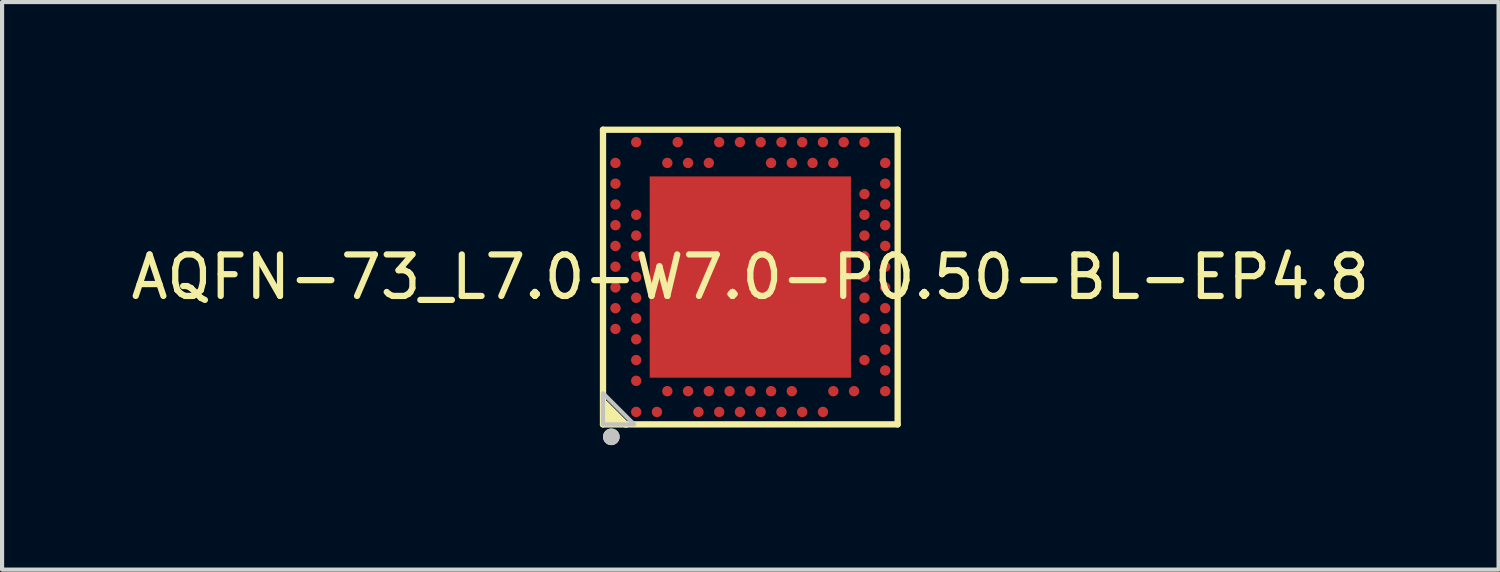
<source format=kicad_pcb>
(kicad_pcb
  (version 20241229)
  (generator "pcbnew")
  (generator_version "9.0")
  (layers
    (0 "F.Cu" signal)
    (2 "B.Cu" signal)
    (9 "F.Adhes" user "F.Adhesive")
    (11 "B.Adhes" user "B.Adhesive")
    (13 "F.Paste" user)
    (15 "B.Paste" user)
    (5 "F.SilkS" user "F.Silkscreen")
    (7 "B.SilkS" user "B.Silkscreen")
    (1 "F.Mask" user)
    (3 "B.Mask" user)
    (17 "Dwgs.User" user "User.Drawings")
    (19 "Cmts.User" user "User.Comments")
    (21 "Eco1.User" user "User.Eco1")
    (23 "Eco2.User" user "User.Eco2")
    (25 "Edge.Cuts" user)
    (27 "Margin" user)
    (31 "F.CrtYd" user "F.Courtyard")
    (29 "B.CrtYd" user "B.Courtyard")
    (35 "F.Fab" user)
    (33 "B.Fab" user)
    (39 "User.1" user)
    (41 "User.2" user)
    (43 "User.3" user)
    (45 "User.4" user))
  (footprint "AQFN-73_L7.0-W7.0-P0.50-BL-EP4.8"
    (layer "F.Cu")
    (at 15.03 3.626)
    (property "Reference" "AQFN-73_L7.0-W7.0-P0.50-BL-EP4.8" (at 0 0 0) (layer "F.SilkS") (effects (font (size 1 1) (thickness 0.15))))
    (fp_line (start -3.55 -3.55) (end -3.55 3.55) (stroke (width 0.152) (type default)) (layer "F.SilkS"))
    (fp_line (start -3.55 3.55) (end 3.55 3.55) (stroke (width 0.152) (type default)) (layer "F.SilkS"))
    (fp_line (start -3.5 3.05) (end -3 3.55) (stroke (width 0.152) (type default)) (layer "F.SilkS"))
    (fp_line (start -3 3.55) (end -2.991 3.55) (stroke (width 0.152) (type default)) (layer "F.SilkS"))
    (fp_line (start 3.55 -3.55) (end -3.55 -3.55) (stroke (width 0.152) (type default)) (layer "F.SilkS"))
    (fp_line (start 3.55 3.55) (end 3.55 -3.55) (stroke (width 0.152) (type default)) (layer "F.SilkS"))
    (fp_circle (center -3.35 3.85) (end -3.25 3.85) (stroke (width 0.2) (type default)) (fill no) (layer "F.SilkS"))
    (fp_poly (pts (xy -3.55 3.55) (xy -3.55 3) (xy -3 3.55)) (stroke (width 0) (type default)) (fill yes) (layer "F.SilkS"))
    (fp_poly (pts (xy -1.94 -1.94) (xy 1.94 -1.94) (xy 1.94 1.94) (xy -1.94 1.94)) (stroke (width 0) (type default)) (fill yes) (layer "F.Paste"))
    (fp_poly (pts (xy -3.375 -2.825) (xy -3.375 -2.675) (xy -3.325 -2.625) (xy -3.175 -2.625) (xy -3.125 -2.675) (xy -3.125 -2.825) (xy -3.175 -2.875) (xy -3.325 -2.875)) (stroke (width 0) (type default)) (fill yes) (layer "F.Paste"))
    (fp_poly (pts (xy -3.375 -2.325) (xy -3.375 -2.175) (xy -3.325 -2.125) (xy -3.175 -2.125) (xy -3.125 -2.175) (xy -3.125 -2.325) (xy -3.175 -2.375) (xy -3.325 -2.375)) (stroke (width 0) (type default)) (fill yes) (layer "F.Paste"))
    (fp_poly (pts (xy -3.375 -1.825) (xy -3.375 -1.675) (xy -3.325 -1.625) (xy -3.175 -1.625) (xy -3.125 -1.675) (xy -3.125 -1.825) (xy -3.175 -1.875) (xy -3.325 -1.875)) (stroke (width 0) (type default)) (fill yes) (layer "F.Paste"))
    (fp_poly (pts (xy -3.375 -1.325) (xy -3.375 -1.175) (xy -3.325 -1.125) (xy -3.175 -1.125) (xy -3.125 -1.175) (xy -3.125 -1.325) (xy -3.175 -1.375) (xy -3.325 -1.375)) (stroke (width 0) (type default)) (fill yes) (layer "F.Paste"))
    (fp_poly (pts (xy -3.375 -0.825) (xy -3.375 -0.675) (xy -3.325 -0.625) (xy -3.175 -0.625) (xy -3.125 -0.675) (xy -3.125 -0.825) (xy -3.175 -0.875) (xy -3.325 -0.875)) (stroke (width 0) (type default)) (fill yes) (layer "F.Paste"))
    (fp_poly (pts (xy -3.375 -0.325) (xy -3.375 -0.175) (xy -3.325 -0.125) (xy -3.175 -0.125) (xy -3.125 -0.175) (xy -3.125 -0.325) (xy -3.175 -0.375) (xy -3.325 -0.375)) (stroke (width 0) (type default)) (fill yes) (layer "F.Paste"))
    (fp_poly (pts (xy -3.375 0.175) (xy -3.375 0.325) (xy -3.325 0.375) (xy -3.175 0.375) (xy -3.125 0.325) (xy -3.125 0.175) (xy -3.175 0.125) (xy -3.325 0.125)) (stroke (width 0) (type default)) (fill yes) (layer "F.Paste"))
    (fp_poly (pts (xy -3.375 0.675) (xy -3.375 0.825) (xy -3.325 0.875) (xy -3.175 0.875) (xy -3.125 0.825) (xy -3.125 0.675) (xy -3.175 0.625) (xy -3.325 0.625)) (stroke (width 0) (type default)) (fill yes) (layer "F.Paste"))
    (fp_poly (pts (xy -3.375 1.175) (xy -3.375 1.325) (xy -3.325 1.375) (xy -3.175 1.375) (xy -3.125 1.325) (xy -3.125 1.175) (xy -3.175 1.125) (xy -3.325 1.125)) (stroke (width 0) (type default)) (fill yes) (layer "F.Paste"))
    (fp_poly (pts (xy -2.875 -1.575) (xy -2.875 -1.425) (xy -2.825 -1.375) (xy -2.675 -1.375) (xy -2.625 -1.425) (xy -2.625 -1.575) (xy -2.675 -1.625) (xy -2.825 -1.625)) (stroke (width 0) (type default)) (fill yes) (layer "F.Paste"))
    (fp_poly (pts (xy -2.875 -1.075) (xy -2.875 -0.925) (xy -2.825 -0.875) (xy -2.675 -0.875) (xy -2.625 -0.925) (xy -2.625 -1.075) (xy -2.675 -1.125) (xy -2.825 -1.125)) (stroke (width 0) (type default)) (fill yes) (layer "F.Paste"))
    (fp_poly (pts (xy -2.875 -0.575) (xy -2.875 -0.425) (xy -2.825 -0.375) (xy -2.675 -0.375) (xy -2.625 -0.425) (xy -2.625 -0.575) (xy -2.675 -0.625) (xy -2.825 -0.625)) (stroke (width 0) (type default)) (fill yes) (layer "F.Paste"))
    (fp_poly (pts (xy -2.875 -0.075) (xy -2.875 0.075) (xy -2.825 0.125) (xy -2.675 0.125) (xy -2.625 0.075) (xy -2.625 -0.075) (xy -2.675 -0.125) (xy -2.825 -0.125)) (stroke (width 0) (type default)) (fill yes) (layer "F.Paste"))
    (fp_poly (pts (xy -2.875 0.425) (xy -2.875 0.575) (xy -2.825 0.625) (xy -2.675 0.625) (xy -2.625 0.575) (xy -2.625 0.425) (xy -2.675 0.375) (xy -2.825 0.375)) (stroke (width 0) (type default)) (fill yes) (layer "F.Paste"))
    (fp_poly (pts (xy -2.875 0.925) (xy -2.875 1.075) (xy -2.825 1.125) (xy -2.675 1.125) (xy -2.625 1.075) (xy -2.625 0.925) (xy -2.675 0.875) (xy -2.825 0.875)) (stroke (width 0) (type default)) (fill yes) (layer "F.Paste"))
    (fp_poly (pts (xy -2.874 1.425) (xy -2.874 1.575) (xy -2.825 1.625) (xy -2.675 1.625) (xy -2.625 1.575) (xy -2.625 1.425) (xy -2.675 1.375) (xy -2.825 1.375)) (stroke (width 0) (type default)) (fill yes) (layer "F.Paste"))
    (fp_poly (pts (xy -2.874 1.925) (xy -2.874 2.075) (xy -2.825 2.125) (xy -2.675 2.125) (xy -2.625 2.075) (xy -2.625 1.925) (xy -2.675 1.875) (xy -2.825 1.875)) (stroke (width 0) (type default)) (fill yes) (layer "F.Paste"))
    (fp_poly (pts (xy -2.874 2.425) (xy -2.874 2.575) (xy -2.825 2.625) (xy -2.675 2.625) (xy -2.625 2.575) (xy -2.625 2.425) (xy -2.675 2.375) (xy -2.825 2.375)) (stroke (width 0) (type default)) (fill yes) (layer "F.Paste"))
    (fp_poly (pts (xy -2.825 -3.125) (xy -2.675 -3.125) (xy -2.625 -3.175) (xy -2.625 -3.325) (xy -2.675 -3.375) (xy -2.825 -3.375) (xy -2.874 -3.325) (xy -2.874 -3.175)) (stroke (width 0) (type default)) (fill yes) (layer "F.Paste"))
    (fp_poly (pts (xy -2.825 3.374) (xy -2.675 3.375) (xy -2.625 3.325) (xy -2.625 3.175) (xy -2.675 3.124) (xy -2.825 3.124) (xy -2.874 3.175) (xy -2.874 3.325)) (stroke (width 0) (type default)) (fill yes) (layer "F.Paste"))
    (fp_poly (pts (xy -2.325 3.375) (xy -2.175 3.375) (xy -2.125 3.325) (xy -2.125 3.175) (xy -2.175 3.124) (xy -2.325 3.124) (xy -2.374 3.175) (xy -2.374 3.325)) (stroke (width 0) (type default)) (fill yes) (layer "F.Paste"))
    (fp_poly (pts (xy -2.075 -2.625) (xy -1.925 -2.625) (xy -1.875 -2.675) (xy -1.875 -2.825) (xy -1.925 -2.876) (xy -2.075 -2.876) (xy -2.124 -2.825) (xy -2.124 -2.675)) (stroke (width 0) (type default)) (fill yes) (layer "F.Paste"))
    (fp_poly (pts (xy -2.075 2.875) (xy -1.925 2.875) (xy -1.875 2.825) (xy -1.875 2.675) (xy -1.925 2.625) (xy -2.075 2.625) (xy -2.125 2.675) (xy -2.125 2.825)) (stroke (width 0) (type default)) (fill yes) (layer "F.Paste"))
    (fp_poly (pts (xy -1.825 -3.125) (xy -1.675 -3.125) (xy -1.625 -3.175) (xy -1.625 -3.325) (xy -1.675 -3.375) (xy -1.825 -3.375) (xy -1.875 -3.325) (xy -1.875 -3.175)) (stroke (width 0) (type default)) (fill yes) (layer "F.Paste"))
    (fp_poly (pts (xy -1.575 2.875) (xy -1.425 2.875) (xy -1.375 2.825) (xy -1.375 2.675) (xy -1.425 2.625) (xy -1.575 2.625) (xy -1.625 2.675) (xy -1.625 2.825)) (stroke (width 0) (type default)) (fill yes) (layer "F.Paste"))
    (fp_poly (pts (xy -1.575 -2.625) (xy -1.425 -2.625) (xy -1.375 -2.675) (xy -1.375 -2.825) (xy -1.425 -2.875) (xy -1.575 -2.875) (xy -1.625 -2.825) (xy -1.625 -2.675)) (stroke (width 0) (type default)) (fill yes) (layer "F.Paste"))
    (fp_poly (pts (xy -1.325 3.374) (xy -1.175 3.375) (xy -1.125 3.325) (xy -1.125 3.175) (xy -1.175 3.124) (xy -1.325 3.124) (xy -1.375 3.175) (xy -1.375 3.325)) (stroke (width 0) (type default)) (fill yes) (layer "F.Paste"))
    (fp_poly (pts (xy -1.075 -2.625) (xy -0.925 -2.625) (xy -0.875 -2.675) (xy -0.875 -2.825) (xy -0.925 -2.876) (xy -1.075 -2.876) (xy -1.125 -2.825) (xy -1.125 -2.675)) (stroke (width 0) (type default)) (fill yes) (layer "F.Paste"))
    (fp_poly (pts (xy -1.075 2.875) (xy -0.925 2.875) (xy -0.875 2.825) (xy -0.875 2.675) (xy -0.925 2.625) (xy -1.075 2.625) (xy -1.125 2.675) (xy -1.125 2.825)) (stroke (width 0) (type default)) (fill yes) (layer "F.Paste"))
    (fp_poly (pts (xy -0.825 -3.126) (xy -0.675 -3.125) (xy -0.625 -3.175) (xy -0.625 -3.325) (xy -0.675 -3.376) (xy -0.825 -3.376) (xy -0.875 -3.325) (xy -0.875 -3.175)) (stroke (width 0) (type default)) (fill yes) (layer "F.Paste"))
    (fp_poly (pts (xy -0.825 3.375) (xy -0.674 3.375) (xy -0.625 3.325) (xy -0.625 3.175) (xy -0.674 3.124) (xy -0.825 3.124) (xy -0.875 3.175) (xy -0.875 3.325)) (stroke (width 0) (type default)) (fill yes) (layer "F.Paste"))
    (fp_poly (pts (xy -0.575 2.875) (xy -0.424 2.875) (xy -0.375 2.825) (xy -0.374 2.675) (xy -0.425 2.625) (xy -0.575 2.625) (xy -0.625 2.675) (xy -0.625 2.825)) (stroke (width 0) (type default)) (fill yes) (layer "F.Paste"))
    (fp_poly (pts (xy -0.325 -3.125) (xy -0.175 -3.125) (xy -0.125 -3.175) (xy -0.125 -3.325) (xy -0.175 -3.376) (xy -0.325 -3.376) (xy -0.375 -3.325) (xy -0.375 -3.175)) (stroke (width 0) (type default)) (fill yes) (layer "F.Paste"))
    (fp_poly (pts (xy -0.325 3.375) (xy -0.175 3.375) (xy -0.124 3.325) (xy -0.124 3.175) (xy -0.175 3.124) (xy -0.325 3.124) (xy -0.375 3.175) (xy -0.375 3.325)) (stroke (width 0) (type default)) (fill yes) (layer "F.Paste"))
    (fp_poly (pts (xy -0.074 2.875) (xy 0.075 2.875) (xy 0.126 2.825) (xy 0.126 2.675) (xy 0.075 2.625) (xy -0.074 2.625) (xy -0.124 2.675) (xy -0.124 2.825)) (stroke (width 0) (type default)) (fill yes) (layer "F.Paste"))
    (fp_poly (pts (xy 0.175 -3.125) (xy 0.325 -3.126) (xy 0.375 -3.175) (xy 0.375 -3.325) (xy 0.325 -3.376) (xy 0.175 -3.376) (xy 0.125 -3.325) (xy 0.125 -3.175)) (stroke (width 0) (type default)) (fill yes) (layer "F.Paste"))
    (fp_poly (pts (xy 0.175 3.374) (xy 0.325 3.374) (xy 0.375 3.325) (xy 0.375 3.175) (xy 0.325 3.124) (xy 0.175 3.124) (xy 0.125 3.175) (xy 0.125 3.325)) (stroke (width 0) (type default)) (fill yes) (layer "F.Paste"))
    (fp_poly (pts (xy 0.425 -2.626) (xy 0.575 -2.626) (xy 0.625 -2.675) (xy 0.625 -2.825) (xy 0.575 -2.876) (xy 0.425 -2.876) (xy 0.375 -2.825) (xy 0.375 -2.675)) (stroke (width 0) (type default)) (fill yes) (layer "F.Paste"))
    (fp_poly (pts (xy 0.425 2.875) (xy 0.575 2.875) (xy 0.625 2.825) (xy 0.625 2.675) (xy 0.575 2.625) (xy 0.425 2.625) (xy 0.375 2.675) (xy 0.375 2.825)) (stroke (width 0) (type default)) (fill yes) (layer "F.Paste"))
    (fp_poly (pts (xy 0.675 -3.125) (xy 0.825 -3.125) (xy 0.875 -3.175) (xy 0.875 -3.325) (xy 0.825 -3.375) (xy 0.675 -3.375) (xy 0.625 -3.325) (xy 0.625 -3.175)) (stroke (width 0) (type default)) (fill yes) (layer "F.Paste"))
    (fp_poly (pts (xy 0.675 3.374) (xy 0.825 3.374) (xy 0.875 3.325) (xy 0.875 3.175) (xy 0.825 3.124) (xy 0.675 3.124) (xy 0.625 3.175) (xy 0.625 3.325)) (stroke (width 0) (type default)) (fill yes) (layer "F.Paste"))
    (fp_poly (pts (xy 0.925 -2.626) (xy 1.075 -2.626) (xy 1.125 -2.675) (xy 1.125 -2.825) (xy 1.075 -2.876) (xy 0.925 -2.876) (xy 0.875 -2.825) (xy 0.875 -2.675)) (stroke (width 0) (type default)) (fill yes) (layer "F.Paste"))
    (fp_poly (pts (xy 0.925 2.875) (xy 1.075 2.875) (xy 1.125 2.825) (xy 1.125 2.675) (xy 1.075 2.625) (xy 0.925 2.625) (xy 0.875 2.675) (xy 0.875 2.825)) (stroke (width 0) (type default)) (fill yes) (layer "F.Paste"))
    (fp_poly (pts (xy 1.175 -3.125) (xy 1.325 -3.125) (xy 1.375 -3.175) (xy 1.375 -3.325) (xy 1.325 -3.375) (xy 1.175 -3.375) (xy 1.125 -3.325) (xy 1.125 -3.175)) (stroke (width 0) (type default)) (fill yes) (layer "F.Paste"))
    (fp_poly (pts (xy 1.175 3.374) (xy 1.325 3.374) (xy 1.375 3.325) (xy 1.375 3.175) (xy 1.325 3.124) (xy 1.175 3.124) (xy 1.125 3.175) (xy 1.125 3.325)) (stroke (width 0) (type default)) (fill yes) (layer "F.Paste"))
    (fp_poly (pts (xy 1.425 -2.626) (xy 1.575 -2.626) (xy 1.625 -2.675) (xy 1.625 -2.825) (xy 1.575 -2.876) (xy 1.425 -2.876) (xy 1.375 -2.825) (xy 1.375 -2.675)) (stroke (width 0) (type default)) (fill yes) (layer "F.Paste"))
    (fp_poly (pts (xy 1.675 -3.125) (xy 1.825 -3.125) (xy 1.875 -3.175) (xy 1.875 -3.325) (xy 1.825 -3.375) (xy 1.675 -3.375) (xy 1.625 -3.325) (xy 1.625 -3.175)) (stroke (width 0) (type default)) (fill yes) (layer "F.Paste"))
    (fp_poly (pts (xy 1.675 3.374) (xy 1.825 3.374) (xy 1.875 3.325) (xy 1.875 3.175) (xy 1.825 3.125) (xy 1.675 3.125) (xy 1.625 3.175) (xy 1.625 3.325)) (stroke (width 0) (type default)) (fill yes) (layer "F.Paste"))
    (fp_poly (pts (xy 1.925 -2.625) (xy 2.075 -2.625) (xy 2.125 -2.675) (xy 2.125 -2.825) (xy 2.075 -2.876) (xy 1.925 -2.876) (xy 1.875 -2.825) (xy 1.875 -2.675)) (stroke (width 0) (type default)) (fill yes) (layer "F.Paste"))
    (fp_poly (pts (xy 1.925 2.875) (xy 2.075 2.875) (xy 2.125 2.825) (xy 2.125 2.675) (xy 2.075 2.625) (xy 1.925 2.625) (xy 1.875 2.675) (xy 1.875 2.825)) (stroke (width 0) (type default)) (fill yes) (layer "F.Paste"))
    (fp_poly (pts (xy 2.175 -3.125) (xy 2.325 -3.125) (xy 2.375 -3.175) (xy 2.375 -3.325) (xy 2.325 -3.375) (xy 2.175 -3.375) (xy 2.125 -3.325) (xy 2.125 -3.175)) (stroke (width 0) (type default)) (fill yes) (layer "F.Paste"))
    (fp_poly (pts (xy 2.425 2.875) (xy 2.575 2.875) (xy 2.625 2.825) (xy 2.625 2.675) (xy 2.575 2.625) (xy 2.425 2.625) (xy 2.375 2.675) (xy 2.375 2.825)) (stroke (width 0) (type default)) (fill yes) (layer "F.Paste"))
    (fp_poly (pts (xy 2.626 -2.075) (xy 2.626 -1.925) (xy 2.675 -1.875) (xy 2.825 -1.875) (xy 2.876 -1.925) (xy 2.876 -2.075) (xy 2.825 -2.125) (xy 2.675 -2.125)) (stroke (width 0) (type default)) (fill yes) (layer "F.Paste"))
    (fp_poly (pts (xy 2.626 -1.575) (xy 2.626 -1.425) (xy 2.675 -1.375) (xy 2.825 -1.375) (xy 2.876 -1.425) (xy 2.876 -1.575) (xy 2.825 -1.625) (xy 2.675 -1.625)) (stroke (width 0) (type default)) (fill yes) (layer "F.Paste"))
    (fp_poly (pts (xy 2.626 -1.075) (xy 2.626 -0.925) (xy 2.675 -0.875) (xy 2.825 -0.875) (xy 2.876 -0.925) (xy 2.876 -1.075) (xy 2.825 -1.125) (xy 2.675 -1.125)) (stroke (width 0) (type default)) (fill yes) (layer "F.Paste"))
    (fp_poly (pts (xy 2.626 -0.575) (xy 2.626 -0.425) (xy 2.675 -0.375) (xy 2.825 -0.375) (xy 2.875 -0.425) (xy 2.875 -0.575) (xy 2.825 -0.625) (xy 2.675 -0.625)) (stroke (width 0) (type default)) (fill yes) (layer "F.Paste"))
    (fp_poly (pts (xy 2.626 -0.075) (xy 2.626 0.075) (xy 2.675 0.125) (xy 2.825 0.125) (xy 2.875 0.075) (xy 2.875 -0.075) (xy 2.825 -0.125) (xy 2.675 -0.125)) (stroke (width 0) (type default)) (fill yes) (layer "F.Paste"))
    (fp_poly (pts (xy 2.626 0.425) (xy 2.626 0.575) (xy 2.675 0.625) (xy 2.825 0.625) (xy 2.875 0.575) (xy 2.875 0.425) (xy 2.825 0.375) (xy 2.675 0.375)) (stroke (width 0) (type default)) (fill yes) (layer "F.Paste"))
    (fp_poly (pts (xy 2.626 0.925) (xy 2.626 1.075) (xy 2.675 1.125) (xy 2.825 1.125) (xy 2.875 1.075) (xy 2.875 0.925) (xy 2.825 0.875) (xy 2.675 0.875)) (stroke (width 0) (type default)) (fill yes) (layer "F.Paste"))
    (fp_poly (pts (xy 2.626 1.925) (xy 2.626 2.075) (xy 2.675 2.125) (xy 2.825 2.125) (xy 2.875 2.075) (xy 2.875 1.925) (xy 2.825 1.875) (xy 2.675 1.875)) (stroke (width 0) (type default)) (fill yes) (layer "F.Paste"))
    (fp_poly (pts (xy 2.675 -3.125) (xy 2.825 -3.125) (xy 2.875 -3.175) (xy 2.875 -3.325) (xy 2.825 -3.375) (xy 2.675 -3.375) (xy 2.626 -3.325) (xy 2.626 -3.175)) (stroke (width 0) (type default)) (fill yes) (layer "F.Paste"))
    (fp_poly (pts (xy 3.125 -1.825) (xy 3.125 -1.675) (xy 3.175 -1.625) (xy 3.325 -1.625) (xy 3.375 -1.675) (xy 3.375 -1.825) (xy 3.325 -1.875) (xy 3.175 -1.875)) (stroke (width 0) (type default)) (fill yes) (layer "F.Paste"))
    (fp_poly (pts (xy 3.125 -1.325) (xy 3.125 -1.175) (xy 3.175 -1.125) (xy 3.325 -1.125) (xy 3.375 -1.175) (xy 3.375 -1.325) (xy 3.325 -1.375) (xy 3.175 -1.375)) (stroke (width 0) (type default)) (fill yes) (layer "F.Paste"))
    (fp_poly (pts (xy 3.125 -0.825) (xy 3.125 -0.675) (xy 3.175 -0.625) (xy 3.325 -0.625) (xy 3.375 -0.675) (xy 3.375 -0.825) (xy 3.325 -0.875) (xy 3.175 -0.875)) (stroke (width 0) (type default)) (fill yes) (layer "F.Paste"))
    (fp_poly (pts (xy 3.125 -0.325) (xy 3.125 -0.175) (xy 3.175 -0.125) (xy 3.325 -0.125) (xy 3.375 -0.175) (xy 3.375 -0.325) (xy 3.325 -0.375) (xy 3.175 -0.375)) (stroke (width 0) (type default)) (fill yes) (layer "F.Paste"))
    (fp_poly (pts (xy 3.125 0.175) (xy 3.125 0.325) (xy 3.175 0.375) (xy 3.325 0.375) (xy 3.375 0.325) (xy 3.375 0.175) (xy 3.325 0.125) (xy 3.175 0.125)) (stroke (width 0) (type default)) (fill yes) (layer "F.Paste"))
    (fp_poly (pts (xy 3.125 0.675) (xy 3.125 0.825) (xy 3.175 0.875) (xy 3.325 0.875) (xy 3.375 0.825) (xy 3.375 0.675) (xy 3.325 0.625) (xy 3.175 0.625)) (stroke (width 0) (type default)) (fill yes) (layer "F.Paste"))
    (fp_poly (pts (xy 3.125 1.175) (xy 3.125 1.325) (xy 3.175 1.375) (xy 3.325 1.375) (xy 3.375 1.325) (xy 3.375 1.175) (xy 3.325 1.125) (xy 3.175 1.125)) (stroke (width 0) (type default)) (fill yes) (layer "F.Paste"))
    (fp_poly (pts (xy 3.125 1.675) (xy 3.125 1.825) (xy 3.175 1.875) (xy 3.325 1.875) (xy 3.375 1.825) (xy 3.375 1.675) (xy 3.325 1.625) (xy 3.175 1.625)) (stroke (width 0) (type default)) (fill yes) (layer "F.Paste"))
    (fp_poly (pts (xy 3.125 2.175) (xy 3.125 2.325) (xy 3.175 2.375) (xy 3.325 2.375) (xy 3.375 2.325) (xy 3.375 2.175) (xy 3.325 2.125) (xy 3.175 2.125)) (stroke (width 0) (type default)) (fill yes) (layer "F.Paste"))
    (fp_poly (pts (xy 3.175 -2.625) (xy 3.325 -2.625) (xy 3.375 -2.675) (xy 3.375 -2.825) (xy 3.325 -2.876) (xy 3.175 -2.876) (xy 3.125 -2.825) (xy 3.125 -2.675)) (stroke (width 0) (type default)) (fill yes) (layer "F.Paste"))
    (fp_poly (pts (xy 3.175 -2.125) (xy 3.325 -2.125) (xy 3.376 -2.175) (xy 3.376 -2.325) (xy 3.325 -2.375) (xy 3.175 -2.375) (xy 3.126 -2.325) (xy 3.126 -2.175)) (stroke (width 0) (type default)) (fill yes) (layer "F.Paste"))
    (fp_poly (pts (xy 3.175 2.875) (xy 3.325 2.875) (xy 3.375 2.825) (xy 3.375 2.675) (xy 3.325 2.625) (xy 3.175 2.625) (xy 3.125 2.675) (xy 3.125 2.825)) (stroke (width 0) (type default)) (fill yes) (layer "F.Paste"))
    (fp_circle (center -3.35 3.85) (end -3.25 3.85) (stroke (width 0.2) (type default)) (fill no) (layer "Dwgs.User"))
    (fp_poly (pts (xy -3.55 2.8) (xy -3.55 3.55) (xy -2.8 3.55)) (stroke (width 0.1) (type default)) (fill no) (layer "Dwgs.User"))
    (fp_poly (pts (xy -2.425 -2.425) (xy 2.425 -2.425) (xy 2.425 2.425) (xy -2.425 2.425)) (stroke (width 0.1) (type default)) (fill no) (layer "User.1"))
    (fp_poly (pts (xy -3.127 -2.774) (xy -3.146 -2.819) (xy -3.181 -2.854) (xy -3.226 -2.873) (xy -3.274 -2.873) (xy -3.319 -2.854) (xy -3.354 -2.819) (xy -3.373 -2.774) (xy -3.373 -2.726) (xy -3.354 -2.681) (xy -3.319 -2.646) (xy -3.274 -2.627) (xy -3.226 -2.627) (xy -3.181 -2.646) (xy -3.146 -2.681) (xy -3.127 -2.726)) (stroke (width 0.1) (type default)) (fill no) (layer "User.1"))
    (fp_poly (pts (xy -3.127 -2.274) (xy -3.146 -2.319) (xy -3.181 -2.354) (xy -3.226 -2.373) (xy -3.274 -2.373) (xy -3.319 -2.354) (xy -3.354 -2.319) (xy -3.373 -2.274) (xy -3.373 -2.226) (xy -3.354 -2.181) (xy -3.319 -2.146) (xy -3.274 -2.127) (xy -3.226 -2.127) (xy -3.181 -2.146) (xy -3.146 -2.181) (xy -3.127 -2.226)) (stroke (width 0.1) (type default)) (fill no) (layer "User.1"))
    (fp_poly (pts (xy -3.127 -1.774) (xy -3.146 -1.819) (xy -3.181 -1.854) (xy -3.226 -1.873) (xy -3.274 -1.873) (xy -3.319 -1.854) (xy -3.354 -1.819) (xy -3.373 -1.774) (xy -3.373 -1.726) (xy -3.354 -1.681) (xy -3.319 -1.646) (xy -3.274 -1.627) (xy -3.226 -1.627) (xy -3.181 -1.646) (xy -3.146 -1.681) (xy -3.127 -1.726)) (stroke (width 0.1) (type default)) (fill no) (layer "User.1"))
    (fp_poly (pts (xy -3.127 -1.274) (xy -3.146 -1.319) (xy -3.181 -1.354) (xy -3.226 -1.373) (xy -3.274 -1.373) (xy -3.319 -1.354) (xy -3.354 -1.319) (xy -3.373 -1.274) (xy -3.373 -1.226) (xy -3.354 -1.181) (xy -3.319 -1.146) (xy -3.274 -1.127) (xy -3.226 -1.127) (xy -3.181 -1.146) (xy -3.146 -1.181) (xy -3.127 -1.226)) (stroke (width 0.1) (type default)) (fill no) (layer "User.1"))
    (fp_poly (pts (xy -3.127 -0.774) (xy -3.146 -0.819) (xy -3.181 -0.854) (xy -3.226 -0.873) (xy -3.274 -0.873) (xy -3.319 -0.854) (xy -3.354 -0.819) (xy -3.373 -0.774) (xy -3.373 -0.726) (xy -3.354 -0.681) (xy -3.319 -0.646) (xy -3.274 -0.627) (xy -3.226 -0.627) (xy -3.181 -0.646) (xy -3.146 -0.681) (xy -3.127 -0.726)) (stroke (width 0.1) (type default)) (fill no) (layer "User.1"))
    (fp_poly (pts (xy -3.127 -0.274) (xy -3.146 -0.319) (xy -3.181 -0.354) (xy -3.226 -0.373) (xy -3.274 -0.373) (xy -3.319 -0.354) (xy -3.354 -0.319) (xy -3.373 -0.274) (xy -3.373 -0.226) (xy -3.354 -0.181) (xy -3.319 -0.146) (xy -3.274 -0.127) (xy -3.226 -0.127) (xy -3.181 -0.146) (xy -3.146 -0.181) (xy -3.127 -0.226)) (stroke (width 0.1) (type default)) (fill no) (layer "User.1"))
    (fp_poly (pts (xy -3.127 0.226) (xy -3.146 0.181) (xy -3.181 0.146) (xy -3.226 0.127) (xy -3.274 0.127) (xy -3.319 0.146) (xy -3.354 0.181) (xy -3.373 0.226) (xy -3.373 0.274) (xy -3.354 0.319) (xy -3.319 0.354) (xy -3.274 0.373) (xy -3.226 0.373) (xy -3.181 0.354) (xy -3.146 0.319) (xy -3.127 0.274)) (stroke (width 0.1) (type default)) (fill no) (layer "User.1"))
    (fp_poly (pts (xy -3.127 0.726) (xy -3.146 0.681) (xy -3.181 0.646) (xy -3.226 0.627) (xy -3.274 0.627) (xy -3.319 0.646) (xy -3.354 0.681) (xy -3.373 0.726) (xy -3.373 0.774) (xy -3.354 0.819) (xy -3.319 0.854) (xy -3.274 0.873) (xy -3.226 0.873) (xy -3.181 0.854) (xy -3.146 0.819) (xy -3.127 0.774)) (stroke (width 0.1) (type default)) (fill no) (layer "User.1"))
    (fp_poly (pts (xy -3.127 1.226) (xy -3.146 1.181) (xy -3.181 1.146) (xy -3.226 1.127) (xy -3.274 1.127) (xy -3.319 1.146) (xy -3.354 1.181) (xy -3.373 1.226) (xy -3.373 1.274) (xy -3.354 1.319) (xy -3.319 1.354) (xy -3.274 1.373) (xy -3.226 1.373) (xy -3.181 1.354) (xy -3.146 1.319) (xy -3.127 1.274)) (stroke (width 0.1) (type default)) (fill no) (layer "User.1"))
    (fp_poly (pts (xy -2.627 -3.274) (xy -2.646 -3.319) (xy -2.681 -3.354) (xy -2.726 -3.373) (xy -2.774 -3.373) (xy -2.819 -3.354) (xy -2.854 -3.319) (xy -2.873 -3.274) (xy -2.873 -3.226) (xy -2.854 -3.181) (xy -2.819 -3.146) (xy -2.774 -3.127) (xy -2.726 -3.127) (xy -2.681 -3.146) (xy -2.646 -3.181) (xy -2.627 -3.226)) (stroke (width 0.1) (type default)) (fill no) (layer "User.1"))
    (fp_poly (pts (xy -2.627 -1.524) (xy -2.646 -1.569) (xy -2.681 -1.604) (xy -2.726 -1.623) (xy -2.774 -1.623) (xy -2.819 -1.604) (xy -2.854 -1.569) (xy -2.873 -1.524) (xy -2.873 -1.476) (xy -2.854 -1.431) (xy -2.819 -1.396) (xy -2.774 -1.377) (xy -2.726 -1.377) (xy -2.681 -1.396) (xy -2.646 -1.431) (xy -2.627 -1.476)) (stroke (width 0.1) (type default)) (fill no) (layer "User.1"))
    (fp_poly (pts (xy -2.627 -1.024) (xy -2.646 -1.069) (xy -2.681 -1.104) (xy -2.726 -1.123) (xy -2.774 -1.123) (xy -2.819 -1.104) (xy -2.854 -1.069) (xy -2.873 -1.024) (xy -2.873 -0.976) (xy -2.854 -0.931) (xy -2.819 -0.896) (xy -2.774 -0.877) (xy -2.726 -0.877) (xy -2.681 -0.896) (xy -2.646 -0.931) (xy -2.627 -0.976)) (stroke (width 0.1) (type default)) (fill no) (layer "User.1"))
    (fp_poly (pts (xy -2.627 -0.524) (xy -2.646 -0.569) (xy -2.681 -0.604) (xy -2.726 -0.623) (xy -2.774 -0.623) (xy -2.819 -0.604) (xy -2.854 -0.569) (xy -2.873 -0.524) (xy -2.873 -0.476) (xy -2.854 -0.431) (xy -2.819 -0.396) (xy -2.774 -0.377) (xy -2.726 -0.377) (xy -2.681 -0.396) (xy -2.646 -0.431) (xy -2.627 -0.476)) (stroke (width 0.1) (type default)) (fill no) (layer "User.1"))
    (fp_poly (pts (xy -2.627 -0.024) (xy -2.646 -0.069) (xy -2.681 -0.104) (xy -2.726 -0.123) (xy -2.774 -0.123) (xy -2.819 -0.104) (xy -2.854 -0.069) (xy -2.873 -0.024) (xy -2.873 0.024) (xy -2.854 0.069) (xy -2.819 0.104) (xy -2.774 0.123) (xy -2.726 0.123) (xy -2.681 0.104) (xy -2.646 0.069) (xy -2.627 0.024)) (stroke (width 0.1) (type default)) (fill no) (layer "User.1"))
    (fp_poly (pts (xy -2.627 0.476) (xy -2.646 0.431) (xy -2.681 0.396) (xy -2.726 0.377) (xy -2.774 0.377) (xy -2.819 0.396) (xy -2.854 0.431) (xy -2.873 0.476) (xy -2.873 0.524) (xy -2.854 0.569) (xy -2.819 0.604) (xy -2.774 0.623) (xy -2.726 0.623) (xy -2.681 0.604) (xy -2.646 0.569) (xy -2.627 0.524)) (stroke (width 0.1) (type default)) (fill no) (layer "User.1"))
    (fp_poly (pts (xy -2.627 0.976) (xy -2.646 0.931) (xy -2.681 0.896) (xy -2.726 0.877) (xy -2.774 0.877) (xy -2.819 0.896) (xy -2.854 0.931) (xy -2.873 0.976) (xy -2.873 1.024) (xy -2.854 1.069) (xy -2.819 1.104) (xy -2.774 1.123) (xy -2.726 1.123) (xy -2.681 1.104) (xy -2.646 1.069) (xy -2.627 1.024)) (stroke (width 0.1) (type default)) (fill no) (layer "User.1"))
    (fp_poly (pts (xy -2.627 1.476) (xy -2.646 1.431) (xy -2.681 1.396) (xy -2.726 1.377) (xy -2.774 1.377) (xy -2.819 1.396) (xy -2.854 1.431) (xy -2.873 1.476) (xy -2.873 1.524) (xy -2.854 1.569) (xy -2.819 1.604) (xy -2.774 1.623) (xy -2.726 1.623) (xy -2.681 1.604) (xy -2.646 1.569) (xy -2.627 1.524)) (stroke (width 0.1) (type default)) (fill no) (layer "User.1"))
    (fp_poly (pts (xy -2.627 1.976) (xy -2.646 1.931) (xy -2.681 1.896) (xy -2.726 1.877) (xy -2.774 1.877) (xy -2.819 1.896) (xy -2.854 1.931) (xy -2.873 1.976) (xy -2.873 2.024) (xy -2.854 2.069) (xy -2.819 2.104) (xy -2.774 2.123) (xy -2.726 2.123) (xy -2.681 2.104) (xy -2.646 2.069) (xy -2.627 2.024)) (stroke (width 0.1) (type default)) (fill no) (layer "User.1"))
    (fp_poly (pts (xy -2.627 2.476) (xy -2.646 2.431) (xy -2.681 2.396) (xy -2.726 2.377) (xy -2.774 2.377) (xy -2.819 2.396) (xy -2.854 2.431) (xy -2.873 2.476) (xy -2.873 2.524) (xy -2.854 2.569) (xy -2.819 2.604) (xy -2.774 2.623) (xy -2.726 2.623) (xy -2.681 2.604) (xy -2.646 2.569) (xy -2.627 2.524)) (stroke (width 0.1) (type default)) (fill no) (layer "User.1"))
    (fp_poly (pts (xy -2.627 3.226) (xy -2.646 3.181) (xy -2.681 3.146) (xy -2.726 3.127) (xy -2.774 3.127) (xy -2.819 3.146) (xy -2.854 3.181) (xy -2.873 3.226) (xy -2.873 3.274) (xy -2.854 3.319) (xy -2.819 3.354) (xy -2.774 3.373) (xy -2.726 3.373) (xy -2.681 3.354) (xy -2.646 3.319) (xy -2.627 3.274)) (stroke (width 0.1) (type default)) (fill no) (layer "User.1"))
    (fp_poly (pts (xy -2.127 3.226) (xy -2.146 3.181) (xy -2.181 3.146) (xy -2.226 3.127) (xy -2.274 3.127) (xy -2.319 3.146) (xy -2.354 3.181) (xy -2.373 3.226) (xy -2.373 3.274) (xy -2.354 3.319) (xy -2.319 3.354) (xy -2.274 3.373) (xy -2.226 3.373) (xy -2.181 3.354) (xy -2.146 3.319) (xy -2.127 3.274)) (stroke (width 0.1) (type default)) (fill no) (layer "User.1"))
    (fp_poly (pts (xy -1.877 -2.774) (xy -1.896 -2.819) (xy -1.931 -2.854) (xy -1.976 -2.873) (xy -2.024 -2.873) (xy -2.069 -2.854) (xy -2.104 -2.819) (xy -2.123 -2.774) (xy -2.123 -2.726) (xy -2.104 -2.681) (xy -2.069 -2.646) (xy -2.024 -2.627) (xy -1.976 -2.627) (xy -1.931 -2.646) (xy -1.896 -2.681) (xy -1.877 -2.726)) (stroke (width 0.1) (type default)) (fill no) (layer "User.1"))
    (fp_poly (pts (xy -1.877 2.726) (xy -1.896 2.681) (xy -1.931 2.646) (xy -1.976 2.627) (xy -2.024 2.627) (xy -2.069 2.646) (xy -2.104 2.681) (xy -2.123 2.726) (xy -2.123 2.774) (xy -2.104 2.819) (xy -2.069 2.854) (xy -2.024 2.873) (xy -1.976 2.873) (xy -1.931 2.854) (xy -1.896 2.819) (xy -1.877 2.774)) (stroke (width 0.1) (type default)) (fill no) (layer "User.1"))
    (fp_poly (pts (xy -1.627 -3.274) (xy -1.646 -3.319) (xy -1.681 -3.354) (xy -1.726 -3.373) (xy -1.774 -3.373) (xy -1.819 -3.354) (xy -1.854 -3.319) (xy -1.873 -3.274) (xy -1.873 -3.226) (xy -1.854 -3.181) (xy -1.819 -3.146) (xy -1.774 -3.127) (xy -1.726 -3.127) (xy -1.681 -3.146) (xy -1.646 -3.181) (xy -1.627 -3.226)) (stroke (width 0.1) (type default)) (fill no) (layer "User.1"))
    (fp_poly (pts (xy -1.377 -2.774) (xy -1.396 -2.819) (xy -1.431 -2.854) (xy -1.476 -2.873) (xy -1.524 -2.873) (xy -1.569 -2.854) (xy -1.604 -2.819) (xy -1.623 -2.774) (xy -1.623 -2.726) (xy -1.604 -2.681) (xy -1.569 -2.646) (xy -1.524 -2.627) (xy -1.476 -2.627) (xy -1.431 -2.646) (xy -1.396 -2.681) (xy -1.377 -2.726)) (stroke (width 0.1) (type default)) (fill no) (layer "User.1"))
    (fp_poly (pts (xy -1.377 2.726) (xy -1.396 2.681) (xy -1.431 2.646) (xy -1.476 2.627) (xy -1.524 2.627) (xy -1.569 2.646) (xy -1.604 2.681) (xy -1.623 2.726) (xy -1.623 2.774) (xy -1.604 2.819) (xy -1.569 2.854) (xy -1.524 2.873) (xy -1.476 2.873) (xy -1.431 2.854) (xy -1.396 2.819) (xy -1.377 2.774)) (stroke (width 0.1) (type default)) (fill no) (layer "User.1"))
    (fp_poly (pts (xy -1.127 3.226) (xy -1.146 3.181) (xy -1.181 3.146) (xy -1.226 3.127) (xy -1.274 3.127) (xy -1.319 3.146) (xy -1.354 3.181) (xy -1.373 3.226) (xy -1.373 3.274) (xy -1.354 3.319) (xy -1.319 3.354) (xy -1.274 3.373) (xy -1.226 3.373) (xy -1.181 3.354) (xy -1.146 3.319) (xy -1.127 3.274)) (stroke (width 0.1) (type default)) (fill no) (layer "User.1"))
    (fp_poly (pts (xy -0.877 -2.774) (xy -0.896 -2.819) (xy -0.931 -2.854) (xy -0.976 -2.873) (xy -1.024 -2.873) (xy -1.069 -2.854) (xy -1.104 -2.819) (xy -1.123 -2.774) (xy -1.123 -2.726) (xy -1.104 -2.681) (xy -1.069 -2.646) (xy -1.024 -2.627) (xy -0.976 -2.627) (xy -0.931 -2.646) (xy -0.896 -2.681) (xy -0.877 -2.726)) (stroke (width 0.1) (type default)) (fill no) (layer "User.1"))
    (fp_poly (pts (xy -0.877 2.726) (xy -0.896 2.681) (xy -0.931 2.646) (xy -0.976 2.627) (xy -1.024 2.627) (xy -1.069 2.646) (xy -1.104 2.681) (xy -1.123 2.726) (xy -1.123 2.774) (xy -1.104 2.819) (xy -1.069 2.854) (xy -1.024 2.873) (xy -0.976 2.873) (xy -0.931 2.854) (xy -0.896 2.819) (xy -0.877 2.774)) (stroke (width 0.1) (type default)) (fill no) (layer "User.1"))
    (fp_poly (pts (xy -0.627 -3.274) (xy -0.646 -3.319) (xy -0.681 -3.354) (xy -0.726 -3.373) (xy -0.774 -3.373) (xy -0.819 -3.354) (xy -0.854 -3.319) (xy -0.873 -3.274) (xy -0.873 -3.226) (xy -0.854 -3.181) (xy -0.819 -3.146) (xy -0.774 -3.127) (xy -0.726 -3.127) (xy -0.681 -3.146) (xy -0.646 -3.181) (xy -0.627 -3.226)) (stroke (width 0.1) (type default)) (fill no) (layer "User.1"))
    (fp_poly (pts (xy -0.627 3.226) (xy -0.646 3.181) (xy -0.681 3.146) (xy -0.726 3.127) (xy -0.774 3.127) (xy -0.819 3.146) (xy -0.854 3.181) (xy -0.873 3.226) (xy -0.873 3.274) (xy -0.854 3.319) (xy -0.819 3.354) (xy -0.774 3.373) (xy -0.726 3.373) (xy -0.681 3.354) (xy -0.646 3.319) (xy -0.627 3.274)) (stroke (width 0.1) (type default)) (fill no) (layer "User.1"))
    (fp_poly (pts (xy -0.377 2.726) (xy -0.396 2.681) (xy -0.431 2.646) (xy -0.476 2.627) (xy -0.524 2.627) (xy -0.569 2.646) (xy -0.604 2.681) (xy -0.623 2.726) (xy -0.623 2.774) (xy -0.604 2.819) (xy -0.569 2.854) (xy -0.524 2.873) (xy -0.476 2.873) (xy -0.431 2.854) (xy -0.396 2.819) (xy -0.377 2.774)) (stroke (width 0.1) (type default)) (fill no) (layer "User.1"))
    (fp_poly (pts (xy -0.127 -3.274) (xy -0.146 -3.319) (xy -0.181 -3.354) (xy -0.226 -3.373) (xy -0.274 -3.373) (xy -0.319 -3.354) (xy -0.354 -3.319) (xy -0.373 -3.274) (xy -0.373 -3.226) (xy -0.354 -3.181) (xy -0.319 -3.146) (xy -0.274 -3.127) (xy -0.226 -3.127) (xy -0.181 -3.146) (xy -0.146 -3.181) (xy -0.127 -3.226)) (stroke (width 0.1) (type default)) (fill no) (layer "User.1"))
    (fp_poly (pts (xy -0.127 3.226) (xy -0.146 3.181) (xy -0.181 3.146) (xy -0.226 3.127) (xy -0.274 3.127) (xy -0.319 3.146) (xy -0.354 3.181) (xy -0.373 3.226) (xy -0.373 3.274) (xy -0.354 3.319) (xy -0.319 3.354) (xy -0.274 3.373) (xy -0.226 3.373) (xy -0.181 3.354) (xy -0.146 3.319) (xy -0.127 3.274)) (stroke (width 0.1) (type default)) (fill no) (layer "User.1"))
    (fp_poly (pts (xy 0.123 2.726) (xy 0.104 2.681) (xy 0.069 2.646) (xy 0.024 2.627) (xy -0.024 2.627) (xy -0.069 2.646) (xy -0.104 2.681) (xy -0.123 2.726) (xy -0.123 2.774) (xy -0.104 2.819) (xy -0.069 2.854) (xy -0.024 2.873) (xy 0.024 2.873) (xy 0.069 2.854) (xy 0.104 2.819) (xy 0.123 2.774)) (stroke (width 0.1) (type default)) (fill no) (layer "User.1"))
    (fp_poly (pts (xy 0.373 -3.274) (xy 0.354 -3.319) (xy 0.319 -3.354) (xy 0.274 -3.373) (xy 0.226 -3.373) (xy 0.181 -3.354) (xy 0.146 -3.319) (xy 0.127 -3.274) (xy 0.127 -3.226) (xy 0.146 -3.181) (xy 0.181 -3.146) (xy 0.226 -3.127) (xy 0.274 -3.127) (xy 0.319 -3.146) (xy 0.354 -3.181) (xy 0.373 -3.226)) (stroke (width 0.1) (type default)) (fill no) (layer "User.1"))
    (fp_poly (pts (xy 0.373 3.226) (xy 0.354 3.181) (xy 0.319 3.146) (xy 0.274 3.127) (xy 0.226 3.127) (xy 0.181 3.146) (xy 0.146 3.181) (xy 0.127 3.226) (xy 0.127 3.274) (xy 0.146 3.319) (xy 0.181 3.354) (xy 0.226 3.373) (xy 0.274 3.373) (xy 0.319 3.354) (xy 0.354 3.319) (xy 0.373 3.274)) (stroke (width 0.1) (type default)) (fill no) (layer "User.1"))
    (fp_poly (pts (xy 0.623 -2.774) (xy 0.604 -2.819) (xy 0.569 -2.854) (xy 0.524 -2.873) (xy 0.476 -2.873) (xy 0.431 -2.854) (xy 0.396 -2.819) (xy 0.377 -2.774) (xy 0.377 -2.726) (xy 0.396 -2.681) (xy 0.431 -2.646) (xy 0.476 -2.627) (xy 0.524 -2.627) (xy 0.569 -2.646) (xy 0.604 -2.681) (xy 0.623 -2.726)) (stroke (width 0.1) (type default)) (fill no) (layer "User.1"))
    (fp_poly (pts (xy 0.623 2.726) (xy 0.604 2.681) (xy 0.569 2.646) (xy 0.524 2.627) (xy 0.476 2.627) (xy 0.431 2.646) (xy 0.396 2.681) (xy 0.377 2.726) (xy 0.377 2.774) (xy 0.396 2.819) (xy 0.431 2.854) (xy 0.476 2.873) (xy 0.524 2.873) (xy 0.569 2.854) (xy 0.604 2.819) (xy 0.623 2.774)) (stroke (width 0.1) (type default)) (fill no) (layer "User.1"))
    (fp_poly (pts (xy 0.873 -3.274) (xy 0.854 -3.319) (xy 0.819 -3.354) (xy 0.774 -3.373) (xy 0.726 -3.373) (xy 0.681 -3.354) (xy 0.646 -3.319) (xy 0.627 -3.274) (xy 0.627 -3.226) (xy 0.646 -3.181) (xy 0.681 -3.146) (xy 0.726 -3.127) (xy 0.774 -3.127) (xy 0.819 -3.146) (xy 0.854 -3.181) (xy 0.873 -3.226)) (stroke (width 0.1) (type default)) (fill no) (layer "User.1"))
    (fp_poly (pts (xy 0.873 3.226) (xy 0.854 3.181) (xy 0.819 3.146) (xy 0.774 3.127) (xy 0.726 3.127) (xy 0.681 3.146) (xy 0.646 3.181) (xy 0.627 3.226) (xy 0.627 3.274) (xy 0.646 3.319) (xy 0.681 3.354) (xy 0.726 3.373) (xy 0.774 3.373) (xy 0.819 3.354) (xy 0.854 3.319) (xy 0.873 3.274)) (stroke (width 0.1) (type default)) (fill no) (layer "User.1"))
    (fp_poly (pts (xy 1.123 -2.774) (xy 1.104 -2.819) (xy 1.069 -2.854) (xy 1.024 -2.873) (xy 0.976 -2.873) (xy 0.931 -2.854) (xy 0.896 -2.819) (xy 0.877 -2.774) (xy 0.877 -2.726) (xy 0.896 -2.681) (xy 0.931 -2.646) (xy 0.976 -2.627) (xy 1.024 -2.627) (xy 1.069 -2.646) (xy 1.104 -2.681) (xy 1.123 -2.726)) (stroke (width 0.1) (type default)) (fill no) (layer "User.1"))
    (fp_poly (pts (xy 1.123 2.726) (xy 1.104 2.681) (xy 1.069 2.646) (xy 1.024 2.627) (xy 0.976 2.627) (xy 0.931 2.646) (xy 0.896 2.681) (xy 0.877 2.726) (xy 0.877 2.774) (xy 0.896 2.819) (xy 0.931 2.854) (xy 0.976 2.873) (xy 1.024 2.873) (xy 1.069 2.854) (xy 1.104 2.819) (xy 1.123 2.774)) (stroke (width 0.1) (type default)) (fill no) (layer "User.1"))
    (fp_poly (pts (xy 1.373 -3.274) (xy 1.354 -3.319) (xy 1.319 -3.354) (xy 1.274 -3.373) (xy 1.226 -3.373) (xy 1.181 -3.354) (xy 1.146 -3.319) (xy 1.127 -3.274) (xy 1.127 -3.226) (xy 1.146 -3.181) (xy 1.181 -3.146) (xy 1.226 -3.127) (xy 1.274 -3.127) (xy 1.319 -3.146) (xy 1.354 -3.181) (xy 1.373 -3.226)) (stroke (width 0.1) (type default)) (fill no) (layer "User.1"))
    (fp_poly (pts (xy 1.373 3.226) (xy 1.354 3.181) (xy 1.319 3.146) (xy 1.274 3.127) (xy 1.226 3.127) (xy 1.181 3.146) (xy 1.146 3.181) (xy 1.127 3.226) (xy 1.127 3.274) (xy 1.146 3.319) (xy 1.181 3.354) (xy 1.226 3.373) (xy 1.274 3.373) (xy 1.319 3.354) (xy 1.354 3.319) (xy 1.373 3.274)) (stroke (width 0.1) (type default)) (fill no) (layer "User.1"))
    (fp_poly (pts (xy 1.623 -2.774) (xy 1.604 -2.819) (xy 1.569 -2.854) (xy 1.524 -2.873) (xy 1.476 -2.873) (xy 1.431 -2.854) (xy 1.396 -2.819) (xy 1.377 -2.774) (xy 1.377 -2.726) (xy 1.396 -2.681) (xy 1.431 -2.646) (xy 1.476 -2.627) (xy 1.524 -2.627) (xy 1.569 -2.646) (xy 1.604 -2.681) (xy 1.623 -2.726)) (stroke (width 0.1) (type default)) (fill no) (layer "User.1"))
    (fp_poly (pts (xy 1.873 -3.274) (xy 1.854 -3.319) (xy 1.819 -3.354) (xy 1.774 -3.373) (xy 1.726 -3.373) (xy 1.681 -3.354) (xy 1.646 -3.319) (xy 1.627 -3.274) (xy 1.627 -3.226) (xy 1.646 -3.181) (xy 1.681 -3.146) (xy 1.726 -3.127) (xy 1.774 -3.127) (xy 1.819 -3.146) (xy 1.854 -3.181) (xy 1.873 -3.226)) (stroke (width 0.1) (type default)) (fill no) (layer "User.1"))
    (fp_poly (pts (xy 1.873 3.226) (xy 1.854 3.181) (xy 1.819 3.146) (xy 1.774 3.127) (xy 1.726 3.127) (xy 1.681 3.146) (xy 1.646 3.181) (xy 1.627 3.226) (xy 1.627 3.274) (xy 1.646 3.319) (xy 1.681 3.354) (xy 1.726 3.373) (xy 1.774 3.373) (xy 1.819 3.354) (xy 1.854 3.319) (xy 1.873 3.274)) (stroke (width 0.1) (type default)) (fill no) (layer "User.1"))
    (fp_poly (pts (xy 2.123 -2.774) (xy 2.104 -2.819) (xy 2.069 -2.854) (xy 2.024 -2.873) (xy 1.976 -2.873) (xy 1.931 -2.854) (xy 1.896 -2.819) (xy 1.877 -2.774) (xy 1.877 -2.726) (xy 1.896 -2.681) (xy 1.931 -2.646) (xy 1.976 -2.627) (xy 2.024 -2.627) (xy 2.069 -2.646) (xy 2.104 -2.681) (xy 2.123 -2.726)) (stroke (width 0.1) (type default)) (fill no) (layer "User.1"))
    (fp_poly (pts (xy 2.123 2.726) (xy 2.104 2.681) (xy 2.069 2.646) (xy 2.024 2.627) (xy 1.976 2.627) (xy 1.931 2.646) (xy 1.896 2.681) (xy 1.877 2.726) (xy 1.877 2.774) (xy 1.896 2.819) (xy 1.931 2.854) (xy 1.976 2.873) (xy 2.024 2.873) (xy 2.069 2.854) (xy 2.104 2.819) (xy 2.123 2.774)) (stroke (width 0.1) (type default)) (fill no) (layer "User.1"))
    (fp_poly (pts (xy 2.373 -3.274) (xy 2.354 -3.319) (xy 2.319 -3.354) (xy 2.274 -3.373) (xy 2.226 -3.373) (xy 2.181 -3.354) (xy 2.146 -3.319) (xy 2.127 -3.274) (xy 2.127 -3.226) (xy 2.146 -3.181) (xy 2.181 -3.146) (xy 2.226 -3.127) (xy 2.274 -3.127) (xy 2.319 -3.146) (xy 2.354 -3.181) (xy 2.373 -3.226)) (stroke (width 0.1) (type default)) (fill no) (layer "User.1"))
    (fp_poly (pts (xy 2.623 2.726) (xy 2.604 2.681) (xy 2.569 2.646) (xy 2.524 2.627) (xy 2.476 2.627) (xy 2.431 2.646) (xy 2.396 2.681) (xy 2.377 2.726) (xy 2.377 2.774) (xy 2.396 2.819) (xy 2.431 2.854) (xy 2.476 2.873) (xy 2.524 2.873) (xy 2.569 2.854) (xy 2.604 2.819) (xy 2.623 2.774)) (stroke (width 0.1) (type default)) (fill no) (layer "User.1"))
    (fp_poly (pts (xy 2.873 -3.274) (xy 2.854 -3.319) (xy 2.819 -3.354) (xy 2.774 -3.373) (xy 2.726 -3.373) (xy 2.681 -3.354) (xy 2.646 -3.319) (xy 2.627 -3.274) (xy 2.627 -3.226) (xy 2.646 -3.181) (xy 2.681 -3.146) (xy 2.726 -3.127) (xy 2.774 -3.127) (xy 2.819 -3.146) (xy 2.854 -3.181) (xy 2.873 -3.226)) (stroke (width 0.1) (type default)) (fill no) (layer "User.1"))
    (fp_poly (pts (xy 2.873 -2.024) (xy 2.854 -2.069) (xy 2.819 -2.104) (xy 2.774 -2.123) (xy 2.726 -2.123) (xy 2.681 -2.104) (xy 2.646 -2.069) (xy 2.627 -2.024) (xy 2.627 -1.976) (xy 2.646 -1.931) (xy 2.681 -1.896) (xy 2.726 -1.877) (xy 2.774 -1.877) (xy 2.819 -1.896) (xy 2.854 -1.931) (xy 2.873 -1.976)) (stroke (width 0.1) (type default)) (fill no) (layer "User.1"))
    (fp_poly (pts (xy 2.873 -1.524) (xy 2.854 -1.569) (xy 2.819 -1.604) (xy 2.774 -1.623) (xy 2.726 -1.623) (xy 2.681 -1.604) (xy 2.646 -1.569) (xy 2.627 -1.524) (xy 2.627 -1.476) (xy 2.646 -1.431) (xy 2.681 -1.396) (xy 2.726 -1.377) (xy 2.774 -1.377) (xy 2.819 -1.396) (xy 2.854 -1.431) (xy 2.873 -1.476)) (stroke (width 0.1) (type default)) (fill no) (layer "User.1"))
    (fp_poly (pts (xy 2.873 -1.024) (xy 2.854 -1.069) (xy 2.819 -1.104) (xy 2.774 -1.123) (xy 2.726 -1.123) (xy 2.681 -1.104) (xy 2.646 -1.069) (xy 2.627 -1.024) (xy 2.627 -0.976) (xy 2.646 -0.931) (xy 2.681 -0.896) (xy 2.726 -0.877) (xy 2.774 -0.877) (xy 2.819 -0.896) (xy 2.854 -0.931) (xy 2.873 -0.976)) (stroke (width 0.1) (type default)) (fill no) (layer "User.1"))
    (fp_poly (pts (xy 2.873 -0.524) (xy 2.854 -0.569) (xy 2.819 -0.604) (xy 2.774 -0.623) (xy 2.726 -0.623) (xy 2.681 -0.604) (xy 2.646 -0.569) (xy 2.627 -0.524) (xy 2.627 -0.476) (xy 2.646 -0.431) (xy 2.681 -0.396) (xy 2.726 -0.377) (xy 2.774 -0.377) (xy 2.819 -0.396) (xy 2.854 -0.431) (xy 2.873 -0.476)) (stroke (width 0.1) (type default)) (fill no) (layer "User.1"))
    (fp_poly (pts (xy 2.873 -0.024) (xy 2.854 -0.069) (xy 2.819 -0.104) (xy 2.774 -0.123) (xy 2.726 -0.123) (xy 2.681 -0.104) (xy 2.646 -0.069) (xy 2.627 -0.024) (xy 2.627 0.024) (xy 2.646 0.069) (xy 2.681 0.104) (xy 2.726 0.123) (xy 2.774 0.123) (xy 2.819 0.104) (xy 2.854 0.069) (xy 2.873 0.024)) (stroke (width 0.1) (type default)) (fill no) (layer "User.1"))
    (fp_poly (pts (xy 2.873 0.476) (xy 2.854 0.431) (xy 2.819 0.396) (xy 2.774 0.377) (xy 2.726 0.377) (xy 2.681 0.396) (xy 2.646 0.431) (xy 2.627 0.476) (xy 2.627 0.524) (xy 2.646 0.569) (xy 2.681 0.604) (xy 2.726 0.623) (xy 2.774 0.623) (xy 2.819 0.604) (xy 2.854 0.569) (xy 2.873 0.524)) (stroke (width 0.1) (type default)) (fill no) (layer "User.1"))
    (fp_poly (pts (xy 2.873 0.976) (xy 2.854 0.931) (xy 2.819 0.896) (xy 2.774 0.877) (xy 2.726 0.877) (xy 2.681 0.896) (xy 2.646 0.931) (xy 2.627 0.976) (xy 2.627 1.024) (xy 2.646 1.069) (xy 2.681 1.104) (xy 2.726 1.123) (xy 2.774 1.123) (xy 2.819 1.104) (xy 2.854 1.069) (xy 2.873 1.024)) (stroke (width 0.1) (type default)) (fill no) (layer "User.1"))
    (fp_poly (pts (xy 2.873 1.976) (xy 2.854 1.931) (xy 2.819 1.896) (xy 2.774 1.877) (xy 2.726 1.877) (xy 2.681 1.896) (xy 2.646 1.931) (xy 2.627 1.976) (xy 2.627 2.024) (xy 2.646 2.069) (xy 2.681 2.104) (xy 2.726 2.123) (xy 2.774 2.123) (xy 2.819 2.104) (xy 2.854 2.069) (xy 2.873 2.024)) (stroke (width 0.1) (type default)) (fill no) (layer "User.1"))
    (fp_poly (pts (xy 3.373 -2.774) (xy 3.354 -2.819) (xy 3.319 -2.854) (xy 3.274 -2.873) (xy 3.226 -2.873) (xy 3.181 -2.854) (xy 3.146 -2.819) (xy 3.127 -2.774) (xy 3.127 -2.726) (xy 3.146 -2.681) (xy 3.181 -2.646) (xy 3.226 -2.627) (xy 3.274 -2.627) (xy 3.319 -2.646) (xy 3.354 -2.681) (xy 3.373 -2.726)) (stroke (width 0.1) (type default)) (fill no) (layer "User.1"))
    (fp_poly (pts (xy 3.373 -2.274) (xy 3.354 -2.319) (xy 3.319 -2.354) (xy 3.274 -2.373) (xy 3.226 -2.373) (xy 3.181 -2.354) (xy 3.146 -2.319) (xy 3.127 -2.274) (xy 3.127 -2.226) (xy 3.146 -2.181) (xy 3.181 -2.146) (xy 3.226 -2.127) (xy 3.274 -2.127) (xy 3.319 -2.146) (xy 3.354 -2.181) (xy 3.373 -2.226)) (stroke (width 0.1) (type default)) (fill no) (layer "User.1"))
    (fp_poly (pts (xy 3.373 -1.774) (xy 3.354 -1.819) (xy 3.319 -1.854) (xy 3.274 -1.873) (xy 3.226 -1.873) (xy 3.181 -1.854) (xy 3.146 -1.819) (xy 3.127 -1.774) (xy 3.127 -1.726) (xy 3.146 -1.681) (xy 3.181 -1.646) (xy 3.226 -1.627) (xy 3.274 -1.627) (xy 3.319 -1.646) (xy 3.354 -1.681) (xy 3.373 -1.726)) (stroke (width 0.1) (type default)) (fill no) (layer "User.1"))
    (fp_poly (pts (xy 3.373 -1.274) (xy 3.354 -1.319) (xy 3.319 -1.354) (xy 3.274 -1.373) (xy 3.226 -1.373) (xy 3.181 -1.354) (xy 3.146 -1.319) (xy 3.127 -1.274) (xy 3.127 -1.226) (xy 3.146 -1.181) (xy 3.181 -1.146) (xy 3.226 -1.127) (xy 3.274 -1.127) (xy 3.319 -1.146) (xy 3.354 -1.181) (xy 3.373 -1.226)) (stroke (width 0.1) (type default)) (fill no) (layer "User.1"))
    (fp_poly (pts (xy 3.373 -0.774) (xy 3.354 -0.819) (xy 3.319 -0.854) (xy 3.274 -0.873) (xy 3.226 -0.873) (xy 3.181 -0.854) (xy 3.146 -0.819) (xy 3.127 -0.774) (xy 3.127 -0.726) (xy 3.146 -0.681) (xy 3.181 -0.646) (xy 3.226 -0.627) (xy 3.274 -0.627) (xy 3.319 -0.646) (xy 3.354 -0.681) (xy 3.373 -0.726)) (stroke (width 0.1) (type default)) (fill no) (layer "User.1"))
    (fp_poly (pts (xy 3.373 -0.274) (xy 3.354 -0.319) (xy 3.319 -0.354) (xy 3.274 -0.373) (xy 3.226 -0.373) (xy 3.181 -0.354) (xy 3.146 -0.319) (xy 3.127 -0.274) (xy 3.127 -0.226) (xy 3.146 -0.181) (xy 3.181 -0.146) (xy 3.226 -0.127) (xy 3.274 -0.127) (xy 3.319 -0.146) (xy 3.354 -0.181) (xy 3.373 -0.226)) (stroke (width 0.1) (type default)) (fill no) (layer "User.1"))
    (fp_poly (pts (xy 3.373 0.226) (xy 3.354 0.181) (xy 3.319 0.146) (xy 3.274 0.127) (xy 3.226 0.127) (xy 3.181 0.146) (xy 3.146 0.181) (xy 3.127 0.226) (xy 3.127 0.274) (xy 3.146 0.319) (xy 3.181 0.354) (xy 3.226 0.373) (xy 3.274 0.373) (xy 3.319 0.354) (xy 3.354 0.319) (xy 3.373 0.274)) (stroke (width 0.1) (type default)) (fill no) (layer "User.1"))
    (fp_poly (pts (xy 3.373 0.726) (xy 3.354 0.681) (xy 3.319 0.646) (xy 3.274 0.627) (xy 3.226 0.627) (xy 3.181 0.646) (xy 3.146 0.681) (xy 3.127 0.726) (xy 3.127 0.774) (xy 3.146 0.819) (xy 3.181 0.854) (xy 3.226 0.873) (xy 3.274 0.873) (xy 3.319 0.854) (xy 3.354 0.819) (xy 3.373 0.774)) (stroke (width 0.1) (type default)) (fill no) (layer "User.1"))
    (fp_poly (pts (xy 3.373 1.226) (xy 3.354 1.181) (xy 3.319 1.146) (xy 3.274 1.127) (xy 3.226 1.127) (xy 3.181 1.146) (xy 3.146 1.181) (xy 3.127 1.226) (xy 3.127 1.274) (xy 3.146 1.319) (xy 3.181 1.354) (xy 3.226 1.373) (xy 3.274 1.373) (xy 3.319 1.354) (xy 3.354 1.319) (xy 3.373 1.274)) (stroke (width 0.1) (type default)) (fill no) (layer "User.1"))
    (fp_poly (pts (xy 3.373 1.726) (xy 3.354 1.681) (xy 3.319 1.646) (xy 3.274 1.627) (xy 3.226 1.627) (xy 3.181 1.646) (xy 3.146 1.681) (xy 3.127 1.726) (xy 3.127 1.774) (xy 3.146 1.819) (xy 3.181 1.854) (xy 3.226 1.873) (xy 3.274 1.873) (xy 3.319 1.854) (xy 3.354 1.819) (xy 3.373 1.774)) (stroke (width 0.1) (type default)) (fill no) (layer "User.1"))
    (fp_poly (pts (xy 3.373 2.226) (xy 3.354 2.181) (xy 3.319 2.146) (xy 3.274 2.127) (xy 3.226 2.127) (xy 3.181 2.146) (xy 3.146 2.181) (xy 3.127 2.226) (xy 3.127 2.274) (xy 3.146 2.319) (xy 3.181 2.354) (xy 3.226 2.373) (xy 3.274 2.373) (xy 3.319 2.354) (xy 3.354 2.319) (xy 3.373 2.274)) (stroke (width 0.1) (type default)) (fill no) (layer "User.1"))
    (fp_poly (pts (xy 3.373 2.726) (xy 3.354 2.681) (xy 3.319 2.646) (xy 3.274 2.627) (xy 3.226 2.627) (xy 3.181 2.646) (xy 3.146 2.681) (xy 3.127 2.726) (xy 3.127 2.774) (xy 3.146 2.819) (xy 3.181 2.854) (xy 3.226 2.873) (xy 3.274 2.873) (xy 3.319 2.854) (xy 3.354 2.819) (xy 3.373 2.774)) (stroke (width 0.1) (type default)) (fill no) (layer "User.1"))
    (fp_line (start -3.5 -3.5) (end 3.5 -3.5) (stroke (width 0.051) (type default)) (layer "User.2"))
    (fp_line (start -3.5 3.5) (end -3.5 -3.5) (stroke (width 0.051) (type default)) (layer "User.2"))
    (fp_line (start 3.5 -3.5) (end 3.5 3.5) (stroke (width 0.051) (type default)) (layer "User.2"))
    (fp_line (start 3.5 3.5) (end -3.5 3.5) (stroke (width 0.051) (type default)) (layer "User.2"))
    (fp_poly (pts (xy -3.445 3.477) (xy -3.477 3.445) (xy -3.523 3.445) (xy -3.555 3.477) (xy -3.555 3.523) (xy -3.523 3.555) (xy -3.477 3.555) (xy -3.445 3.523)) (stroke (width 0.1) (type default)) (fill no) (layer "User.3"))
    (pad "0" smd rect (at 0 0 90) (size 4.85 4.85) (layers "F.Cu" "F.Mask" "F.Paste"))
    (pad "A8" smd circle (at -3.25 1.25 90) (size 0.25 0.25) (layers "F.Cu" "F.Mask" "F.Paste"))
    (pad "A10" smd circle (at -3.25 0.75 90) (size 0.25 0.25) (layers "F.Cu" "F.Mask" "F.Paste"))
    (pad "A12" smd circle (at -3.25 0.25 90) (size 0.25 0.25) (layers "F.Cu" "F.Mask" "F.Paste"))
    (pad "A14" smd circle (at -3.25 -0.25 90) (size 0.25 0.25) (layers "F.Cu" "F.Mask" "F.Paste"))
    (pad "A16" smd circle (at -3.25 -0.75 90) (size 0.25 0.25) (layers "F.Cu" "F.Mask" "F.Paste"))
    (pad "A18" smd circle (at -3.25 -1.25 90) (size 0.25 0.25) (layers "F.Cu" "F.Mask" "F.Paste"))
    (pad "A20" smd circle (at -3.25 -1.75 90) (size 0.25 0.25) (layers "F.Cu" "F.Mask" "F.Paste"))
    (pad "A22" smd circle (at -3.25 -2.25 90) (size 0.25 0.25) (layers "F.Cu" "F.Mask" "F.Paste"))
    (pad "A23" smd circle (at -3.25 -2.75 90) (size 0.25 0.25) (layers "F.Cu" "F.Mask" "F.Paste"))
    (pad "AA24" smd circle (at 2.25 -3.25 90) (size 0.25 0.25) (layers "F.Cu" "F.Mask" "F.Paste"))
    (pad "AB2" smd circle (at 2.5 2.75 90) (size 0.25 0.25) (layers "F.Cu" "F.Mask" "F.Paste"))
    (pad "AC5" smd circle (at 2.75 2 90) (size 0.25 0.25) (layers "F.Cu" "F.Mask" "F.Paste"))
    (pad "AC9" smd circle (at 2.75 1 90) (size 0.25 0.25) (layers "F.Cu" "F.Mask" "F.Paste"))
    (pad "AC11" smd circle (at 2.75 0.5 90) (size 0.25 0.25) (layers "F.Cu" "F.Mask" "F.Paste"))
    (pad "AC13" smd circle (at 2.75 0 90) (size 0.25 0.25) (layers "F.Cu" "F.Mask" "F.Paste"))
    (pad "AC15" smd circle (at 2.75 -0.5 90) (size 0.25 0.25) (layers "F.Cu" "F.Mask" "F.Paste"))
    (pad "AC17" smd circle (at 2.75 -1 90) (size 0.25 0.25) (layers "F.Cu" "F.Mask" "F.Paste"))
    (pad "AC19" smd circle (at 2.75 -1.5 90) (size 0.25 0.25) (layers "F.Cu" "F.Mask" "F.Paste"))
    (pad "AC21" smd circle (at 2.75 -2 90) (size 0.25 0.25) (layers "F.Cu" "F.Mask" "F.Paste"))
    (pad "AC24" smd circle (at 2.75 -3.25 90) (size 0.25 0.25) (layers "F.Cu" "F.Mask" "F.Paste"))
    (pad "AD2" smd circle (at 3.25 2.75 90) (size 0.25 0.25) (layers "F.Cu" "F.Mask" "F.Paste"))
    (pad "AD4" smd circle (at 3.25 2.25 90) (size 0.25 0.25) (layers "F.Cu" "F.Mask" "F.Paste"))
    (pad "AD6" smd circle (at 3.25 1.75 90) (size 0.25 0.25) (layers "F.Cu" "F.Mask" "F.Paste"))
    (pad "AD8" smd circle (at 3.25 1.25 90) (size 0.25 0.25) (layers "F.Cu" "F.Mask" "F.Paste"))
    (pad "AD10" smd circle (at 3.25 0.75 90) (size 0.25 0.25) (layers "F.Cu" "F.Mask" "F.Paste"))
    (pad "AD12" smd circle (at 3.25 0.25 90) (size 0.25 0.25) (layers "F.Cu" "F.Mask" "F.Paste"))
    (pad "AD14" smd circle (at 3.25 -0.25 90) (size 0.25 0.25) (layers "F.Cu" "F.Mask" "F.Paste"))
    (pad "AD16" smd circle (at 3.25 -0.75 90) (size 0.25 0.25) (layers "F.Cu" "F.Mask" "F.Paste"))
    (pad "AD18" smd circle (at 3.25 -1.25 90) (size 0.25 0.25) (layers "F.Cu" "F.Mask" "F.Paste"))
    (pad "AD20" smd circle (at 3.25 -1.75 90) (size 0.25 0.25) (layers "F.Cu" "F.Mask" "F.Paste"))
    (pad "AD22" smd circle (at 3.25 -2.25 90) (size 0.25 0.25) (layers "F.Cu" "F.Mask" "F.Paste"))
    (pad "AD23" smd circle (at 3.25 -2.75 90) (size 0.25 0.25) (layers "F.Cu" "F.Mask" "F.Paste"))
    (pad "B1" smd circle (at -2.75 3.25 90) (size 0.25 0.25) (layers "F.Cu" "F.Mask" "F.Paste"))
    (pad "B3" smd circle (at -2.75 2.5 90) (size 0.25 0.25) (layers "F.Cu" "F.Mask" "F.Paste"))
    (pad "B5" smd circle (at -2.75 2 90) (size 0.25 0.25) (layers "F.Cu" "F.Mask" "F.Paste"))
    (pad "B7" smd circle (at -2.75 1.5 90) (size 0.25 0.25) (layers "F.Cu" "F.Mask" "F.Paste"))
    (pad "B9" smd circle (at -2.75 1 90) (size 0.25 0.25) (layers "F.Cu" "F.Mask" "F.Paste"))
    (pad "B11" smd circle (at -2.75 0.5 90) (size 0.25 0.25) (layers "F.Cu" "F.Mask" "F.Paste"))
    (pad "B13" smd circle (at -2.75 0 90) (size 0.25 0.25) (layers "F.Cu" "F.Mask" "F.Paste"))
    (pad "B15" smd circle (at -2.75 -0.5 90) (size 0.25 0.25) (layers "F.Cu" "F.Mask" "F.Paste"))
    (pad "B17" smd circle (at -2.75 -1 90) (size 0.25 0.25) (layers "F.Cu" "F.Mask" "F.Paste"))
    (pad "B19" smd circle (at -2.75 -1.5 90) (size 0.25 0.25) (layers "F.Cu" "F.Mask" "F.Paste"))
    (pad "B24" smd circle (at -2.75 -3.25 90) (size 0.25 0.25) (layers "F.Cu" "F.Mask" "F.Paste"))
    (pad "C1" smd circle (at -2.25 3.25 90) (size 0.25 0.25) (layers "F.Cu" "F.Mask" "F.Paste"))
    (pad "D2" smd circle (at -2 2.75 90) (size 0.25 0.25) (layers "F.Cu" "F.Mask" "F.Paste"))
    (pad "D23" smd circle (at -2 -2.75 90) (size 0.25 0.25) (layers "F.Cu" "F.Mask" "F.Paste"))
    (pad "E24" smd circle (at -1.75 -3.25 90) (size 0.25 0.25) (layers "F.Cu" "F.Mask" "F.Paste"))
    (pad "F2" smd circle (at -1.5 2.75 90) (size 0.25 0.25) (layers "F.Cu" "F.Mask" "F.Paste"))
    (pad "F23" smd circle (at -1.5 -2.75 90) (size 0.25 0.25) (layers "F.Cu" "F.Mask" "F.Paste"))
    (pad "G1" smd circle (at -1.25 3.25 90) (size 0.25 0.25) (layers "F.Cu" "F.Mask" "F.Paste"))
    (pad "H2" smd circle (at -1 2.75 90) (size 0.25 0.25) (layers "F.Cu" "F.Mask" "F.Paste"))
    (pad "H23" smd circle (at -1 -2.75 90) (size 0.25 0.25) (layers "F.Cu" "F.Mask" "F.Paste"))
    (pad "J1" smd circle (at -0.75 3.25 90) (size 0.25 0.25) (layers "F.Cu" "F.Mask" "F.Paste"))
    (pad "J24" smd circle (at -0.75 -3.25 90) (size 0.25 0.25) (layers "F.Cu" "F.Mask" "F.Paste"))
    (pad "K2" smd circle (at -0.5 2.75 90) (size 0.25 0.25) (layers "F.Cu" "F.Mask" "F.Paste"))
    (pad "L1" smd circle (at -0.25 3.25 90) (size 0.25 0.25) (layers "F.Cu" "F.Mask" "F.Paste"))
    (pad "L24" smd circle (at -0.25 -3.25 90) (size 0.25 0.25) (layers "F.Cu" "F.Mask" "F.Paste"))
    (pad "M2" smd circle (at 0 2.75 90) (size 0.25 0.25) (layers "F.Cu" "F.Mask" "F.Paste"))
    (pad "N1" smd circle (at 0.25 3.25 90) (size 0.25 0.25) (layers "F.Cu" "F.Mask" "F.Paste"))
    (pad "N24" smd circle (at 0.25 -3.25 90) (size 0.25 0.25) (layers "F.Cu" "F.Mask" "F.Paste"))
    (pad "P2" smd circle (at 0.5 2.75 90) (size 0.25 0.25) (layers "F.Cu" "F.Mask" "F.Paste"))
    (pad "P23" smd circle (at 0.5 -2.75 90) (size 0.25 0.25) (layers "F.Cu" "F.Mask" "F.Paste"))
    (pad "R1" smd circle (at 0.75 3.25 90) (size 0.25 0.25) (layers "F.Cu" "F.Mask" "F.Paste"))
    (pad "R24" smd circle (at 0.75 -3.25 90) (size 0.25 0.25) (layers "F.Cu" "F.Mask" "F.Paste"))
    (pad "T2" smd circle (at 1 2.75 90) (size 0.25 0.25) (layers "F.Cu" "F.Mask" "F.Paste"))
    (pad "T23" smd circle (at 1 -2.75 90) (size 0.25 0.25) (layers "F.Cu" "F.Mask" "F.Paste"))
    (pad "U1" smd circle (at 1.25 3.25 90) (size 0.25 0.25) (layers "F.Cu" "F.Mask" "F.Paste"))
    (pad "U24" smd circle (at 1.25 -3.25 90) (size 0.25 0.25) (layers "F.Cu" "F.Mask" "F.Paste"))
    (pad "V23" smd circle (at 1.5 -2.75 90) (size 0.25 0.25) (layers "F.Cu" "F.Mask" "F.Paste"))
    (pad "W1" smd circle (at 1.75 3.25 90) (size 0.25 0.25) (layers "F.Cu" "F.Mask" "F.Paste"))
    (pad "W24" smd circle (at 1.75 -3.25 90) (size 0.25 0.25) (layers "F.Cu" "F.Mask" "F.Paste"))
    (pad "Y2" smd circle (at 2 2.75 90) (size 0.25 0.25) (layers "F.Cu" "F.Mask" "F.Paste"))
    (pad "Y23" smd circle (at 2 -2.75 90) (size 0.25 0.25) (layers "F.Cu" "F.Mask" "F.Paste")))
  (gr_rect
    (start -3 -3)
    (end 33.06 10.676)
    (stroke (width 0.1) (type default))
    (fill no)
    (layer "Edge.Cuts")))
</source>
